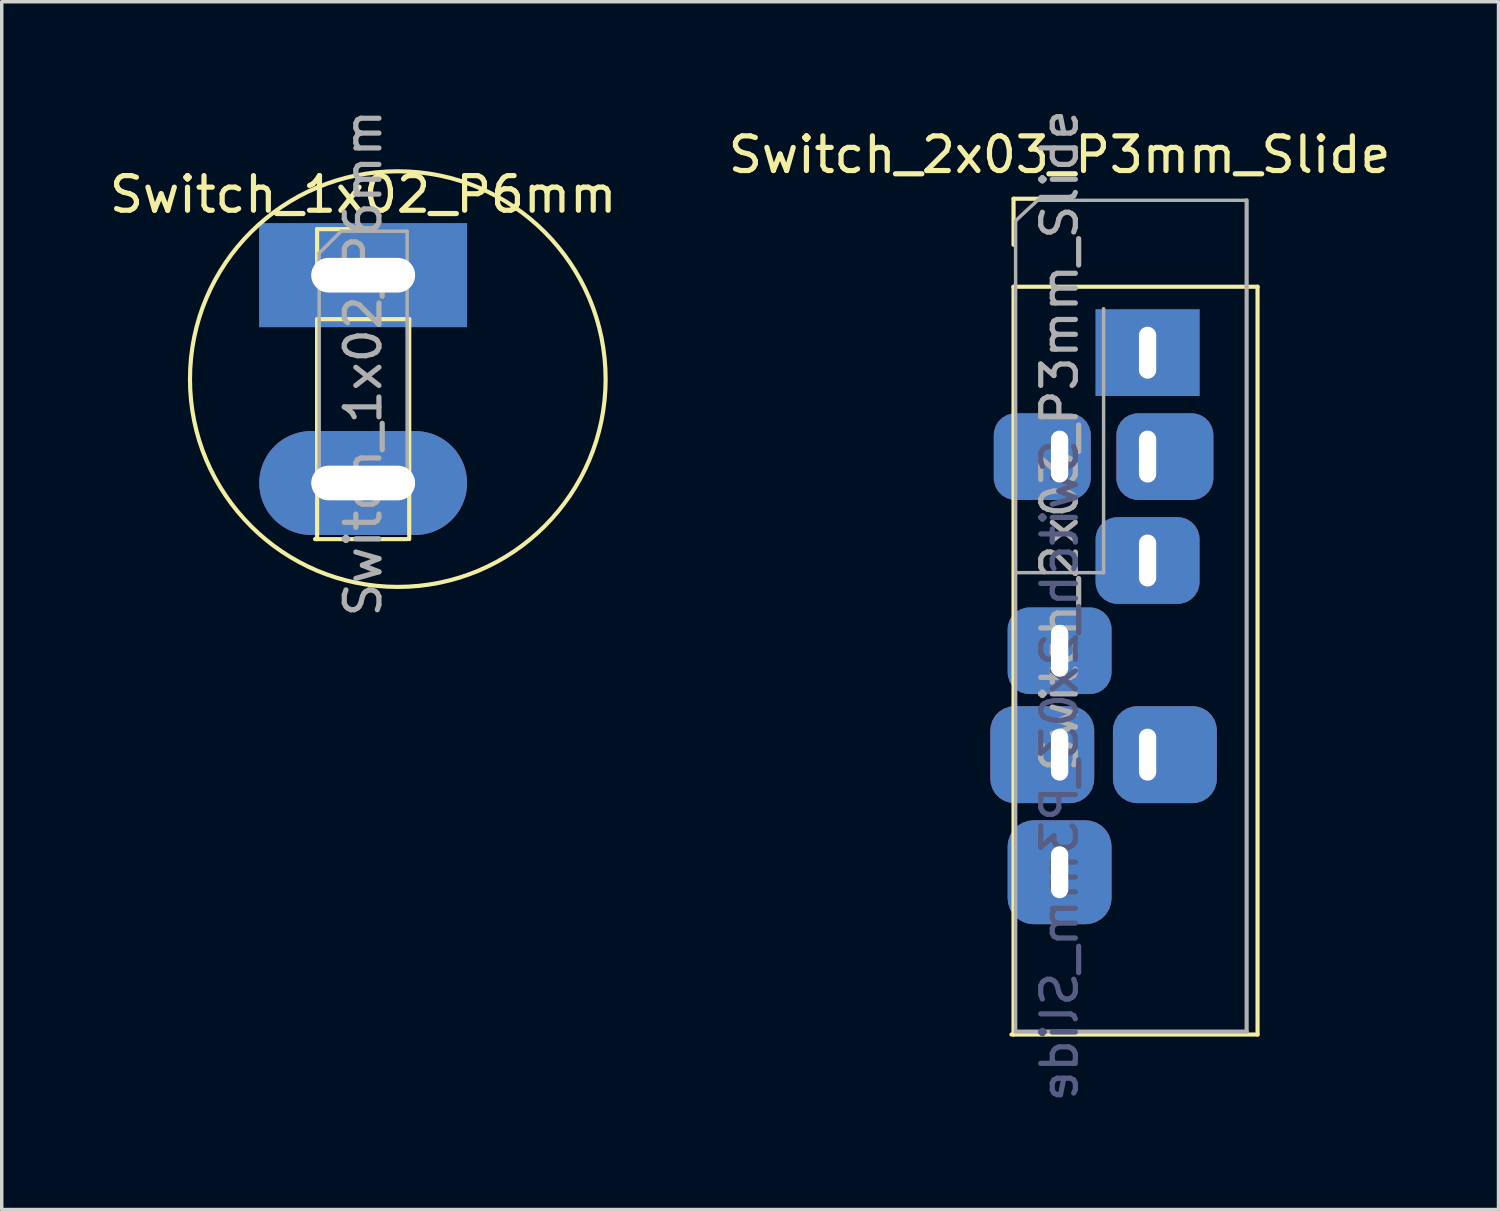
<source format=kicad_pcb>
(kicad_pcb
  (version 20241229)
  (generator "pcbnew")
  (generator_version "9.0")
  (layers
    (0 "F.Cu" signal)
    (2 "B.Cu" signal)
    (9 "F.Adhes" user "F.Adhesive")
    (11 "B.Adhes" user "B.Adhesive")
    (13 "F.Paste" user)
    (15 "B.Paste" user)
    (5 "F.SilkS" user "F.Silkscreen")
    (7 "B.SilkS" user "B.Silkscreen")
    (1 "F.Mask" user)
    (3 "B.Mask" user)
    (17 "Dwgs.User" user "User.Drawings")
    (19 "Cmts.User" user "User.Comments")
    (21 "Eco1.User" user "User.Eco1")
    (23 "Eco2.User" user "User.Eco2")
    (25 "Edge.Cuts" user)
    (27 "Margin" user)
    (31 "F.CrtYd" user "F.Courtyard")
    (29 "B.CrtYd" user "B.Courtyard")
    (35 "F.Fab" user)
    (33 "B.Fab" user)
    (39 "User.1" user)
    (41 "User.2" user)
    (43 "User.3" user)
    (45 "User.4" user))
  (footprint "Switch_2x03_P3mm_Slide"
    (layer "F.Cu")
    (at 27.542 7.133)
    (property "Reference" "Switch_2x03_P3mm_Slide" (at 0 -5.715 0) (layer "F.SilkS") (effects (font (size 1 1) (thickness 0.15))))
    (attr through_hole)
    (fp_line (start -1.39 19.685) (end 5.715 19.685) (stroke (width 0.12) (type solid)) (layer "F.SilkS"))
    (fp_line (start -1.33 -4.445) (end 0 -4.445) (stroke (width 0.12) (type solid)) (layer "F.SilkS"))
    (fp_line (start -1.33 -3.115) (end -1.33 -4.445) (stroke (width 0.12) (type solid)) (layer "F.SilkS"))
    (fp_line (start -1.33 -1.905) (end -1.33 19.685) (stroke (width 0.12) (type solid)) (layer "F.SilkS"))
    (fp_line (start -1.33 -1.905) (end 5.715 -1.905) (stroke (width 0.12) (type solid)) (layer "F.SilkS"))
    (fp_line (start 5.715 -1.905) (end 5.715 19.685) (stroke (width 0.12) (type solid)) (layer "F.SilkS"))
    (fp_line (start -1.27 -3.81) (end -0.635 -4.4) (stroke (width 0.1) (type solid)) (layer "F.Fab"))
    (fp_line (start -1.27 19.6) (end -1.27 -3.81) (stroke (width 0.1) (type solid)) (layer "F.Fab"))
    (fp_line (start -1.27 19.6) (end 5.4 19.6) (stroke (width 0.12) (type solid)) (layer "F.Fab"))
    (fp_line (start -0.635 -4.4) (end 5.4 -4.4) (stroke (width 0.1) (type solid)) (layer "F.Fab"))
    (fp_line (start 1.27 -1.27) (end 1.27 6.35) (stroke (width 0.1) (type solid)) (layer "F.Fab"))
    (fp_line (start 1.27 6.35) (end -1.27 6.35) (stroke (width 0.1) (type solid)) (layer "F.Fab"))
    (fp_line (start 5.4 -4.4) (end 5.4 19.6) (stroke (width 0.12) (type solid)) (layer "F.Fab"))
    (fp_text user "${REFERENCE}" (at 0 12.065 270) (layer "B.Fab") (effects (font (size 1 1) (thickness 0.15)) (justify mirror)))
    (fp_text user "${REFERENCE}" (at 0 2.54 90) (layer "F.Fab") (effects (font (size 1 1) (thickness 0.15))))
    (pad "1" thru_hole rect (at 2.54 0 90) (size 2.5 3) (drill oval 1.5 0.5) (layers "*.Cu" "*.Mask"))
    (pad "2" thru_hole roundrect (at 2.54 3 90) (size 2.5 2.8) (drill oval 1.5 0.5 (offset 0 0.5)) (layers "*.Cu" "*.Mask") (roundrect_rratio 0.25))
    (pad "3" thru_hole roundrect (at 0 3 90) (size 2.5 2.8) (drill oval 1.5 0.5 (offset 0 -0.5)) (layers "*.Cu" "*.Mask") (roundrect_rratio 0.25))
    (pad "4" thru_hole roundrect (at 2.54 6 90) (size 2.5 3) (drill oval 1.5 0.5) (layers "*.Cu" "*.Mask") (roundrect_rratio 0.25))
    (pad "5" thru_hole roundrect (at 0 8.605 90) (size 2.5 3) (drill oval 1.5 0.5) (layers "*.Cu" "*.Mask") (roundrect_rratio 0.25))
    (pad "6" thru_hole roundrect (at 0 11.605 90) (size 2.8 3) (drill oval 1.5 0.5 (offset 0 -0.5)) (layers "*.Cu" "*.Mask") (roundrect_rratio 0.25))
    (pad "7" thru_hole roundrect (at 2.54 11.605 90) (size 2.8 3) (drill oval 1.5 0.5 (offset 0 0.5)) (layers "*.Cu" "*.Mask") (roundrect_rratio 0.25))
    (pad "8" thru_hole roundrect (at 0 15 90) (size 3 3) (drill oval 1.5 0.5) (layers "*.Cu" "*.Mask") (roundrect_rratio 0.25)))
  (footprint "Switch_1x02_P6mm"
    (layer "F.Cu")
    (at 7.435 4.895)
    (property "Reference" "Switch_1x02_P6mm" (at 0 -2.33 0) (layer "F.SilkS") (effects (font (size 1 1) (thickness 0.15))))
    (attr through_hole)
    (fp_line (start -1.39 7.62) (end 1.27 7.62) (stroke (width 0.12) (type solid)) (layer "F.SilkS"))
    (fp_line (start -1.33 -1.33) (end 0 -1.33) (stroke (width 0.12) (type solid)) (layer "F.SilkS"))
    (fp_line (start -1.33 0) (end -1.33 -1.33) (stroke (width 0.12) (type solid)) (layer "F.SilkS"))
    (fp_line (start -1.33 1.27) (end -1.33 7.62) (stroke (width 0.12) (type solid)) (layer "F.SilkS"))
    (fp_line (start -1.33 1.27) (end 1.33 1.27) (stroke (width 0.12) (type solid)) (layer "F.SilkS"))
    (fp_line (start 1.33 1.27) (end 1.33 7.62) (stroke (width 0.12) (type solid)) (layer "F.SilkS"))
    (fp_circle (center 1 3) (end 7 3) (stroke (width 0.12) (type solid)) (fill no) (layer "F.SilkS"))
    (fp_line (start -1.27 -0.635) (end -0.635 -1.27) (stroke (width 0.1) (type solid)) (layer "F.Fab"))
    (fp_line (start -1.27 6.35) (end -1.27 -0.635) (stroke (width 0.1) (type solid)) (layer "F.Fab"))
    (fp_line (start -0.635 -1.27) (end 1.27 -1.27) (stroke (width 0.1) (type solid)) (layer "F.Fab"))
    (fp_line (start 1.27 -1.27) (end 1.27 6.35) (stroke (width 0.1) (type solid)) (layer "F.Fab"))
    (fp_line (start 1.27 6.35) (end -1.27 6.35) (stroke (width 0.1) (type solid)) (layer "F.Fab"))
    (fp_text user "${REFERENCE}" (at 0 2.54 90) (layer "F.Fab") (effects (font (size 1 1) (thickness 0.15))))
    (pad "1" thru_hole rect (at 0 0) (size 6 3) (drill oval 3 1) (layers "*.Cu" "*.Mask"))
    (pad "2" thru_hole oval (at 0 6) (size 6 3) (drill oval 3 1) (layers "*.Cu" "*.Mask")))
  (gr_rect
    (start -3 -3)
    (end 40.214 31.87)
    (stroke (width 0.1) (type default))
    (fill no)
    (layer "Edge.Cuts")))
</source>
